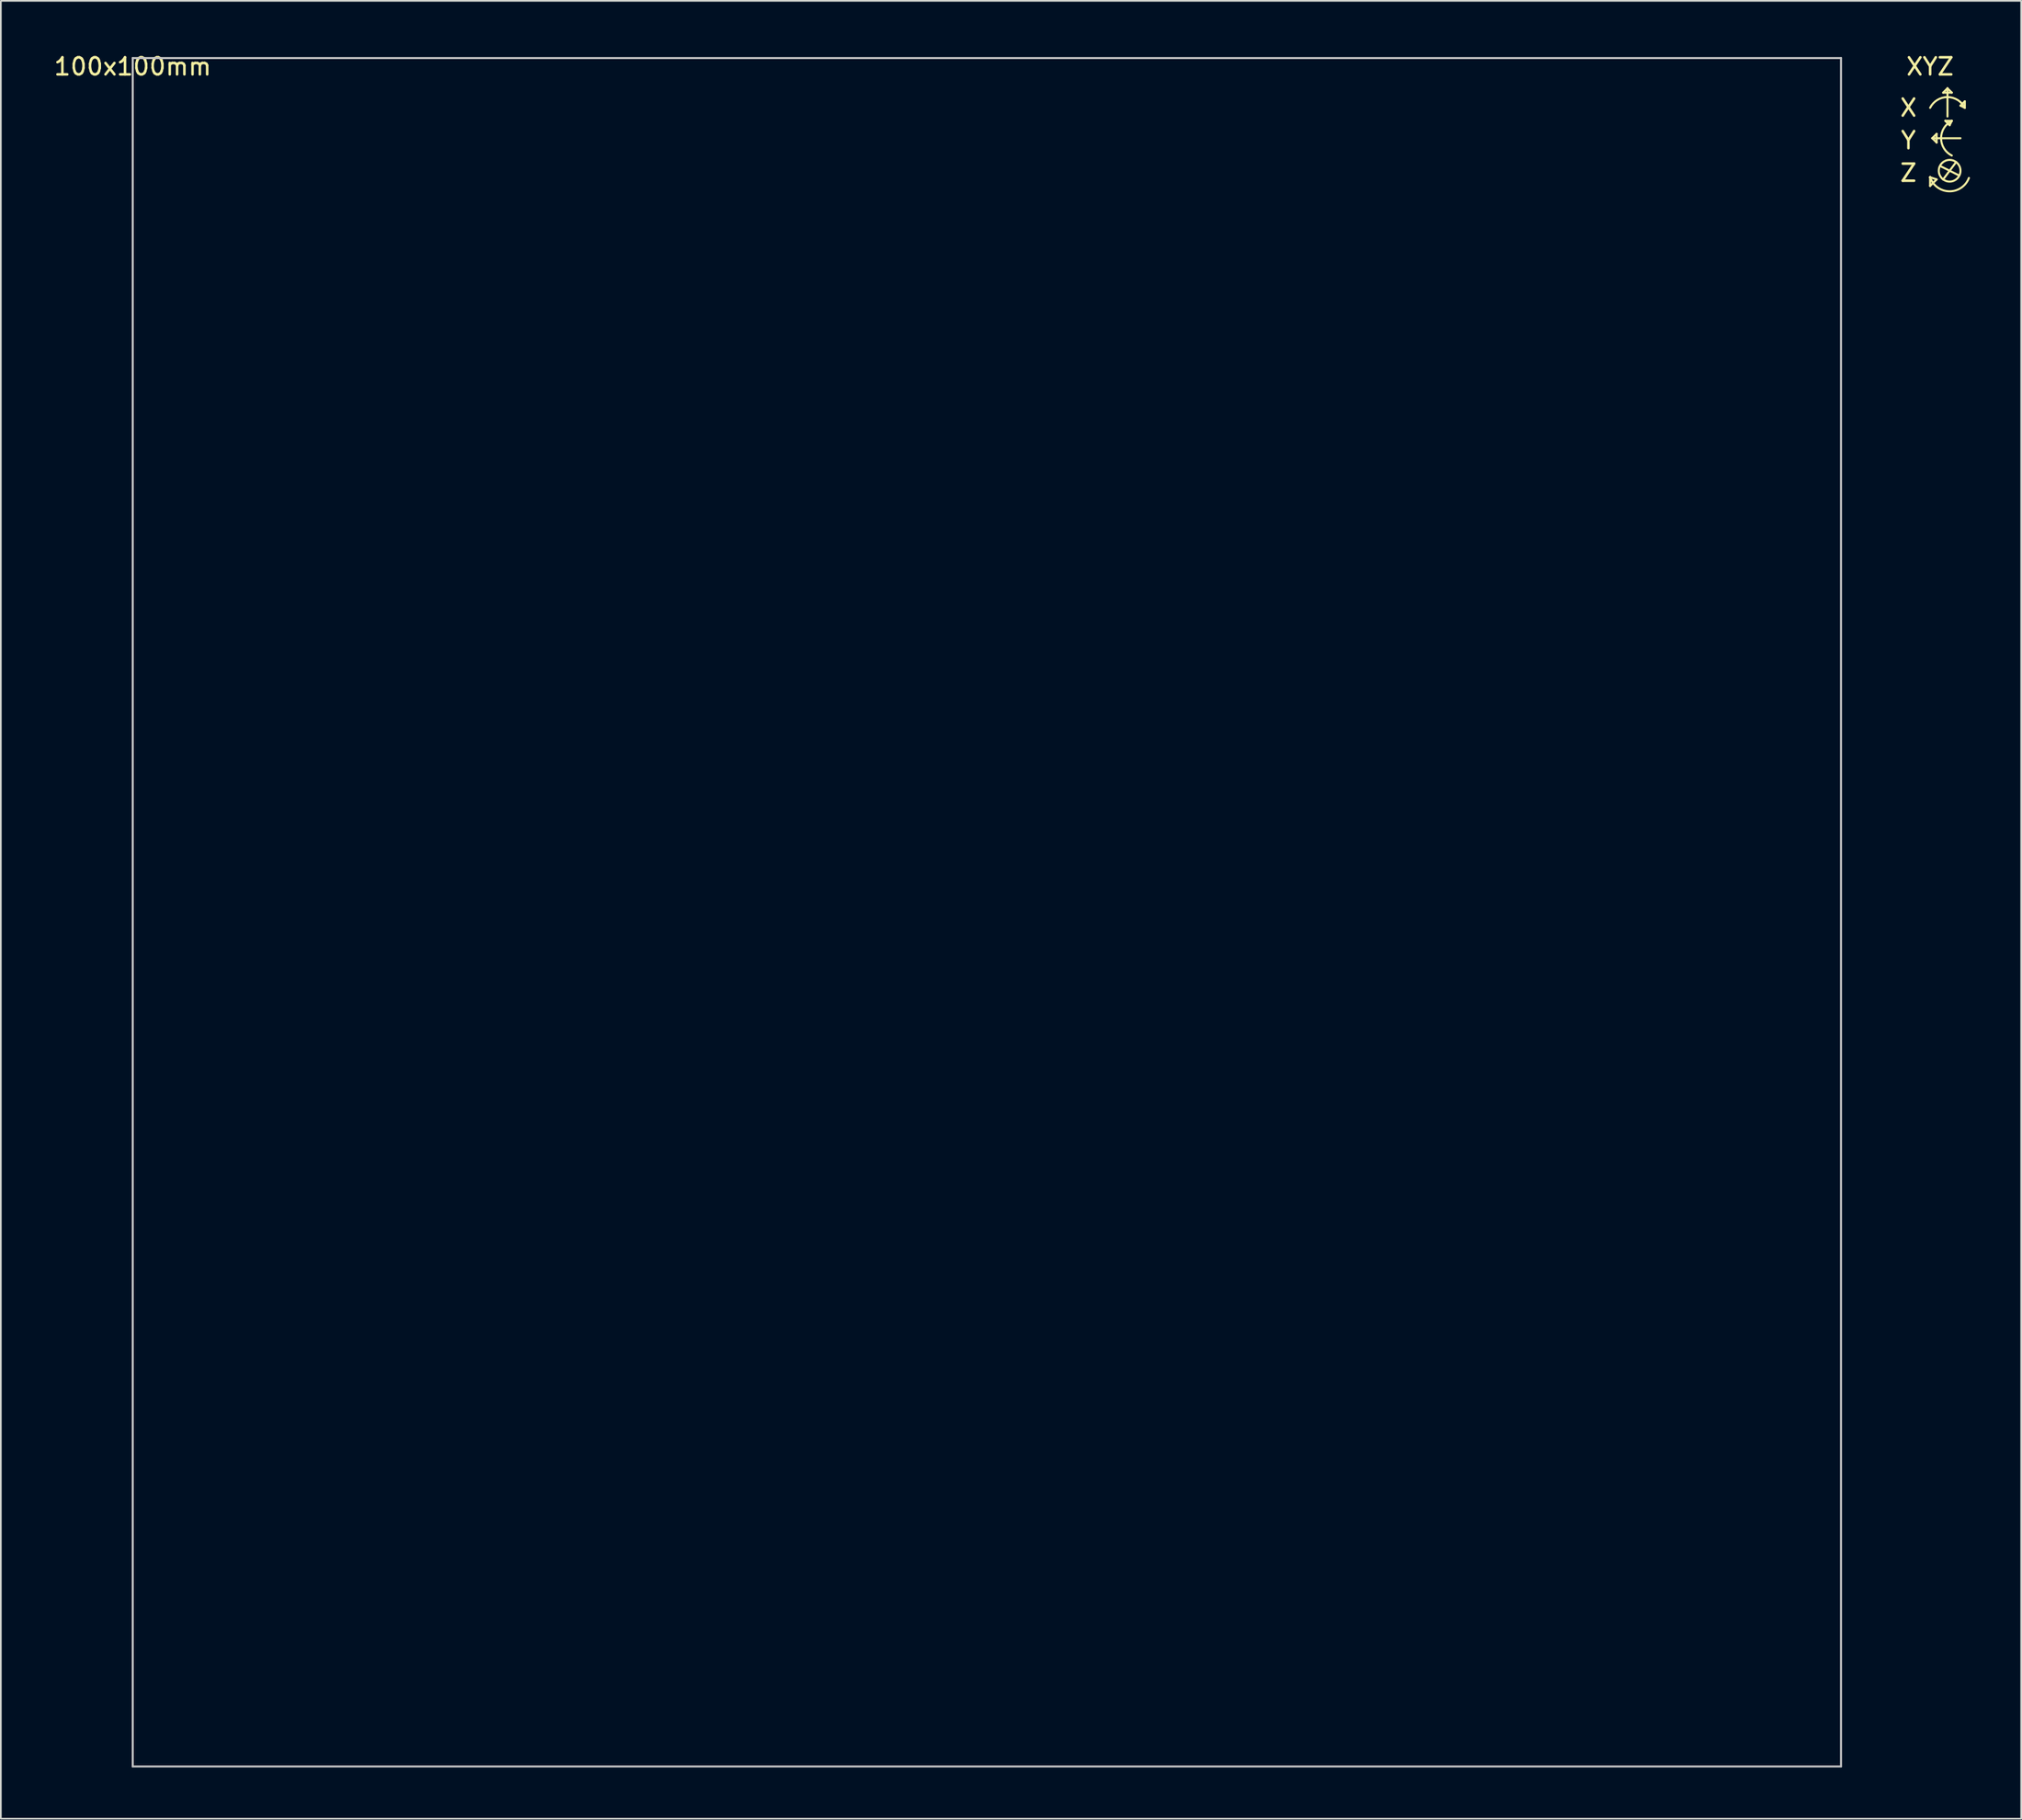
<source format=kicad_pcb>
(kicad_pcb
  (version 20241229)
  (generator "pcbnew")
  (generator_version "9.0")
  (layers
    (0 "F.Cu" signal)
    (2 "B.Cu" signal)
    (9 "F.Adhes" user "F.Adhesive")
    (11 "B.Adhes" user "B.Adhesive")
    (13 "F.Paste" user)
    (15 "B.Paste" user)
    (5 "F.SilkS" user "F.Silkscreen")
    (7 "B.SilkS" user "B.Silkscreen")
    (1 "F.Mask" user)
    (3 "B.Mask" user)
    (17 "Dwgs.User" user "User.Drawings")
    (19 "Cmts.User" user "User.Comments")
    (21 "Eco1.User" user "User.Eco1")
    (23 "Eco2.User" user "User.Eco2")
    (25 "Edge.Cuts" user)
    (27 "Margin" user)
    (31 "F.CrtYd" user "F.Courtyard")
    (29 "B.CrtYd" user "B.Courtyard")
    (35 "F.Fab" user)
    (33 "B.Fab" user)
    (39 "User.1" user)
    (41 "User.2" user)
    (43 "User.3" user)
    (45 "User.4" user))
  (footprint "100x100mm"
    (layer "F.Cu")
    (at 4.72 0.348)
    (property "Reference" "100x100mm" (at 0 0.5 0) (layer "F.SilkS") (effects (font (size 1 1) (thickness 0.15))))
    (attr through_hole)
    (fp_line (start 0 0) (end 0 100) (stroke (width 0.12) (type solid)) (layer "Dwgs.User"))
    (fp_line (start 0 100) (end 100 100) (stroke (width 0.12) (type solid)) (layer "Dwgs.User"))
    (fp_line (start 100 0) (end 0 0) (stroke (width 0.12) (type solid)) (layer "Dwgs.User"))
    (fp_line (start 100 100) (end 100 0) (stroke (width 0.12) (type solid)) (layer "Dwgs.User")))
  (footprint "XYZ"
    (layer "F.Cu")
    (at 108.03 1.356)
    (property "Reference" "XYZ" (at 1.905 -0.508 0) (layer "F.SilkS") (effects (font (size 1 1) (thickness 0.15))))
    (attr through_hole)
    (fp_line (start 1.905 5.969) (end 1.905 6.477) (stroke (width 0.12) (type solid)) (layer "F.SilkS"))
    (fp_line (start 1.905 5.969) (end 1.905 5.969) (stroke (width 0.12) (type solid)) (layer "F.SilkS"))
    (fp_line (start 1.905 6.477) (end 2.286 6.096) (stroke (width 0.12) (type solid)) (layer "F.SilkS"))
    (fp_line (start 1.905 5.969) (end 1.905 5.969) (stroke (width 0.12) (type solid)) (layer "F.SilkS"))
    (fp_line (start 1.905 5.969) (end 1.905 5.969) (stroke (width 0.12) (type solid)) (layer "F.SilkS"))
    (fp_line (start 2.032 3.683) (end 2.286 3.937) (stroke (width 0.12) (type solid)) (layer "F.SilkS"))
    (fp_line (start 2.286 3.429) (end 2.032 3.683) (stroke (width 0.12) (type solid)) (layer "F.SilkS"))
    (fp_line (start 2.286 3.937) (end 2.286 3.429) (stroke (width 0.12) (type solid)) (layer "F.SilkS"))
    (fp_line (start 2.286 6.096) (end 1.905 5.969) (stroke (width 0.12) (type solid)) (layer "F.SilkS"))
    (fp_line (start 2.54 5.334) (end 3.556 5.842) (stroke (width 0.12) (type solid)) (layer "F.SilkS"))
    (fp_line (start 2.667 1.016) (end 3.175 1.016) (stroke (width 0.12) (type solid)) (layer "F.SilkS"))
    (fp_line (start 2.667 6.096) (end 3.429 5.08) (stroke (width 0.12) (type solid)) (layer "F.SilkS"))
    (fp_line (start 2.794 2.667) (end 3.048 2.921) (stroke (width 0.12) (type solid)) (layer "F.SilkS"))
    (fp_line (start 2.921 0.762) (end 2.667 1.016) (stroke (width 0.12) (type solid)) (layer "F.SilkS"))
    (fp_line (start 2.921 2.413) (end 2.921 0.762) (stroke (width 0.12) (type solid)) (layer "F.SilkS"))
    (fp_line (start 3.048 2.921) (end 3.175 2.667) (stroke (width 0.12) (type solid)) (layer "F.SilkS"))
    (fp_line (start 3.175 1.016) (end 2.921 0.762) (stroke (width 0.12) (type solid)) (layer "F.SilkS"))
    (fp_line (start 3.175 2.667) (end 2.794 2.667) (stroke (width 0.12) (type solid)) (layer "F.SilkS"))
    (fp_line (start 3.683 1.778) (end 3.937 1.905) (stroke (width 0.12) (type solid)) (layer "F.SilkS"))
    (fp_line (start 3.683 3.683) (end 2.032 3.683) (stroke (width 0.12) (type solid)) (layer "F.SilkS"))
    (fp_line (start 3.937 1.905) (end 3.937 1.524) (stroke (width 0.12) (type solid)) (layer "F.SilkS"))
    (fp_line (start 3.937 1.524) (end 3.683 1.778) (stroke (width 0.12) (type solid)) (layer "F.SilkS"))
    (fp_arc (start 1.905001 1.905) (mid 2.921 1.277078) (end 3.936999 1.905001) (stroke (width 0.12) (type solid)) (layer "F.SilkS"))
    (fp_arc (start 3.175 4.698999) (mid 2.547078 3.683) (end 3.175001 2.667001) (stroke (width 0.12) (type solid)) (layer "F.SilkS"))
    (fp_arc (start 4.176114 6.011043) (mid 3.025699 6.79262) (end 1.905001 5.968999) (stroke (width 0.12) (type solid)) (layer "F.SilkS"))
    (fp_circle (center 3.048 5.588) (end 2.54 5.207) (stroke (width 0.12) (type solid)) (fill no) (layer "F.SilkS"))
    (fp_text user "Z" (at 0.635 5.715 0) (layer "F.SilkS") (effects (font (size 1 1) (thickness 0.15))))
    (fp_text user "X" (at 0.635 1.905 0) (layer "F.SilkS") (effects (font (size 1 1) (thickness 0.15))))
    (fp_text user "Y" (at 0.635 3.81 0) (layer "F.SilkS") (effects (font (size 1 1) (thickness 0.15)))))
  (gr_rect
    (start -3 -3)
    (end 115.266 103.408)
    (stroke (width 0.1) (type default))
    (fill no)
    (layer "Edge.Cuts")))
</source>
